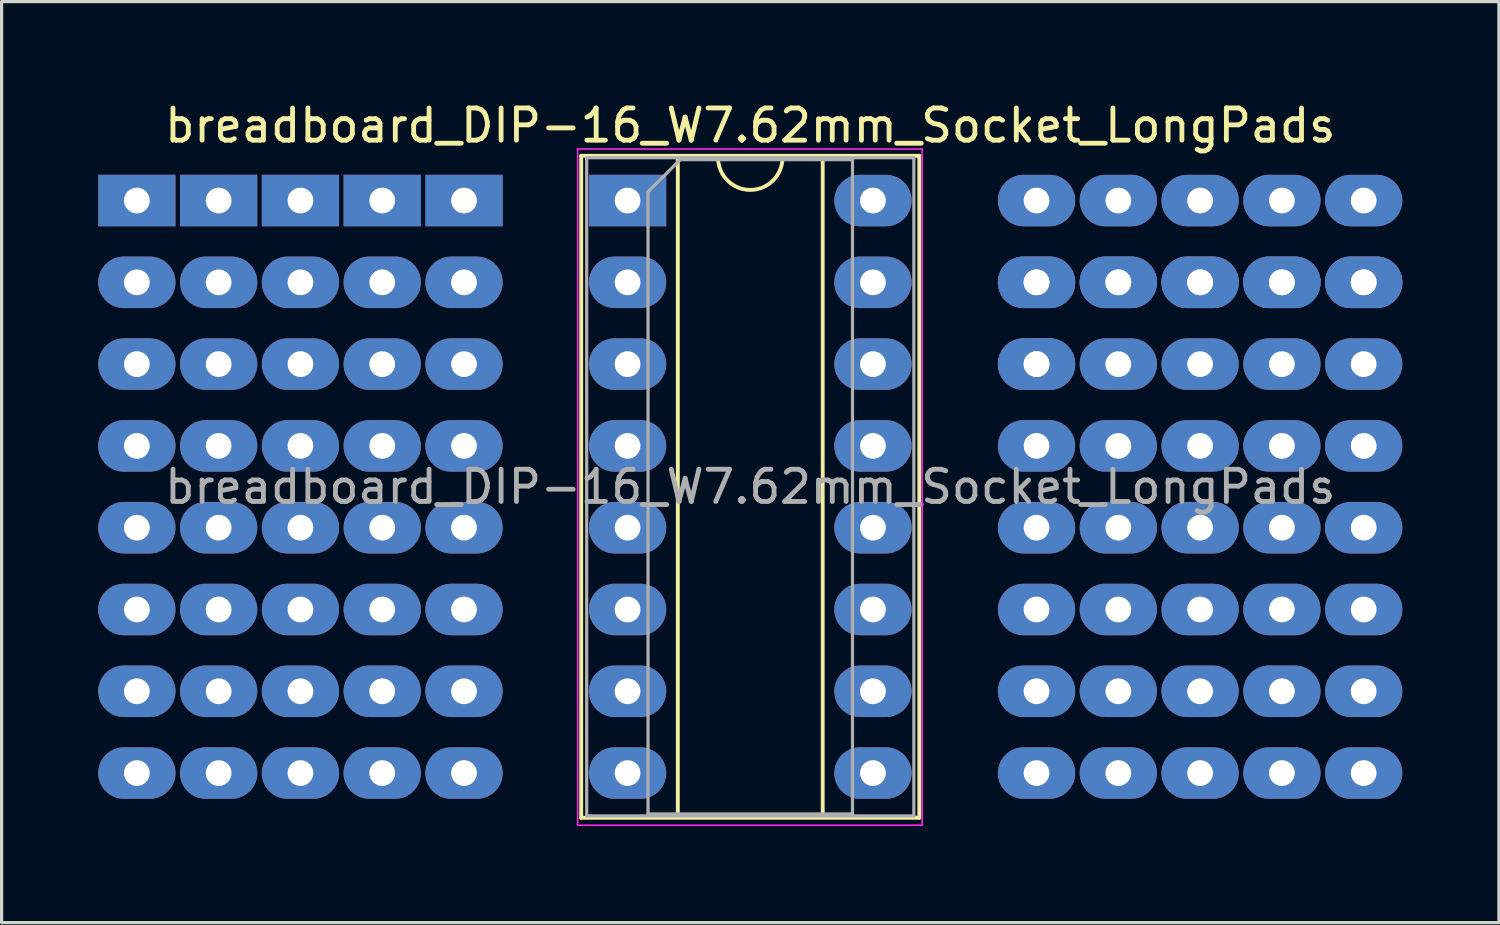
<source format=kicad_pcb>
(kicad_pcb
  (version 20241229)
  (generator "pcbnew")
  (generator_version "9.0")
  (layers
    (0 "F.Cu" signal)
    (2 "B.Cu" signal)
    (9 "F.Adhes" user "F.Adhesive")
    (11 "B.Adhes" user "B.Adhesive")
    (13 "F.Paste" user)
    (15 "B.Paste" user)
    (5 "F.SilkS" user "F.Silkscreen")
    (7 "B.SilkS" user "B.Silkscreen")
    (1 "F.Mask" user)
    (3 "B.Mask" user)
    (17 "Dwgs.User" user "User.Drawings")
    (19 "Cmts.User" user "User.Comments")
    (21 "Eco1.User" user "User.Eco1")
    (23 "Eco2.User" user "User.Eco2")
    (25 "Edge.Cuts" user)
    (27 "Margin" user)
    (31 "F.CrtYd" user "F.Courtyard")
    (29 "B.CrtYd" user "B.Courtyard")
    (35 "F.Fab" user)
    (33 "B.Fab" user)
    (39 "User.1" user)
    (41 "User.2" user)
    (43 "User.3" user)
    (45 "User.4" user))
  (footprint "breadboard_DIP-16_W7.62mm_Socket_LongPads"
    (layer "F.Cu")
    (at 16.44 3.178)
    (property "Reference" "breadboard_DIP-16_W7.62mm_Socket_LongPads" (at 3.81 -2.33 0) (layer "F.SilkS") (effects (font (size 1 1) (thickness 0.15))))
    (attr through_hole)
    (fp_line (start -1.44 -1.39) (end -1.44 19.17) (stroke (width 0.12) (type solid)) (layer "F.SilkS"))
    (fp_line (start -1.44 19.17) (end 9.06 19.17) (stroke (width 0.12) (type solid)) (layer "F.SilkS"))
    (fp_line (start 1.56 -1.33) (end 1.56 19.11) (stroke (width 0.12) (type solid)) (layer "F.SilkS"))
    (fp_line (start 1.56 19.11) (end 6.06 19.11) (stroke (width 0.12) (type solid)) (layer "F.SilkS"))
    (fp_line (start 2.81 -1.33) (end 1.56 -1.33) (stroke (width 0.12) (type solid)) (layer "F.SilkS"))
    (fp_line (start 6.06 -1.33) (end 4.81 -1.33) (stroke (width 0.12) (type solid)) (layer "F.SilkS"))
    (fp_line (start 6.06 19.11) (end 6.06 -1.33) (stroke (width 0.12) (type solid)) (layer "F.SilkS"))
    (fp_line (start 9.06 -1.39) (end -1.44 -1.39) (stroke (width 0.12) (type solid)) (layer "F.SilkS"))
    (fp_line (start 9.06 19.17) (end 9.06 -1.39) (stroke (width 0.12) (type solid)) (layer "F.SilkS"))
    (fp_arc (start 4.81 -1.33) (mid 3.81 -0.33) (end 2.81 -1.33) (stroke (width 0.12) (type solid)) (layer "F.SilkS"))
    (fp_line (start -1.55 -1.6) (end -1.55 19.4) (stroke (width 0.05) (type solid)) (layer "F.CrtYd"))
    (fp_line (start -1.55 19.4) (end 9.15 19.4) (stroke (width 0.05) (type solid)) (layer "F.CrtYd"))
    (fp_line (start 9.15 -1.6) (end -1.55 -1.6) (stroke (width 0.05) (type solid)) (layer "F.CrtYd"))
    (fp_line (start 9.15 19.4) (end 9.15 -1.6) (stroke (width 0.05) (type solid)) (layer "F.CrtYd"))
    (fp_line (start -1.27 -1.33) (end -1.27 19.11) (stroke (width 0.1) (type solid)) (layer "F.Fab"))
    (fp_line (start -1.27 19.11) (end 8.89 19.11) (stroke (width 0.1) (type solid)) (layer "F.Fab"))
    (fp_line (start 0.635 -0.27) (end 1.635 -1.27) (stroke (width 0.1) (type solid)) (layer "F.Fab"))
    (fp_line (start 0.635 19.05) (end 0.635 -0.27) (stroke (width 0.1) (type solid)) (layer "F.Fab"))
    (fp_line (start 1.635 -1.27) (end 6.985 -1.27) (stroke (width 0.1) (type solid)) (layer "F.Fab"))
    (fp_line (start 6.985 -1.27) (end 6.985 19.05) (stroke (width 0.1) (type solid)) (layer "F.Fab"))
    (fp_line (start 6.985 19.05) (end 0.635 19.05) (stroke (width 0.1) (type solid)) (layer "F.Fab"))
    (fp_line (start 8.89 -1.33) (end -1.27 -1.33) (stroke (width 0.1) (type solid)) (layer "F.Fab"))
    (fp_line (start 8.89 19.11) (end 8.89 -1.33) (stroke (width 0.1) (type solid)) (layer "F.Fab"))
    (fp_text user "${REFERENCE}" (at 3.81 8.89 0) (layer "F.Fab") (effects (font (size 1 1) (thickness 0.15))))
    (pad "1" thru_hole rect (at -15.24 0) (size 2.4 1.6) (drill 0.8) (layers "*.Cu" "*.Mask"))
    (pad "1" thru_hole rect (at -12.7 0) (size 2.4 1.6) (drill 0.8) (layers "*.Cu" "*.Mask"))
    (pad "1" thru_hole rect (at -10.16 0) (size 2.4 1.6) (drill 0.8) (layers "*.Cu" "*.Mask"))
    (pad "1" thru_hole rect (at -7.62 0) (size 2.4 1.6) (drill 0.8) (layers "*.Cu" "*.Mask"))
    (pad "1" thru_hole rect (at -5.08 0) (size 2.4 1.6) (drill 0.8) (layers "*.Cu" "*.Mask"))
    (pad "1" thru_hole rect (at 0 0) (size 2.4 1.6) (drill 0.8) (layers "*.Cu" "*.Mask"))
    (pad "2" thru_hole oval (at -15.24 2.54) (size 2.4 1.6) (drill 0.8) (layers "*.Cu" "*.Mask"))
    (pad "2" thru_hole oval (at -12.7 2.54) (size 2.4 1.6) (drill 0.8) (layers "*.Cu" "*.Mask"))
    (pad "2" thru_hole oval (at -10.16 2.54) (size 2.4 1.6) (drill 0.8) (layers "*.Cu" "*.Mask"))
    (pad "2" thru_hole oval (at -7.62 2.54) (size 2.4 1.6) (drill 0.8) (layers "*.Cu" "*.Mask"))
    (pad "2" thru_hole oval (at -5.08 2.54) (size 2.4 1.6) (drill 0.8) (layers "*.Cu" "*.Mask"))
    (pad "2" thru_hole oval (at 0 2.54) (size 2.4 1.6) (drill 0.8) (layers "*.Cu" "*.Mask"))
    (pad "3" thru_hole oval (at -15.24 5.08) (size 2.4 1.6) (drill 0.8) (layers "*.Cu" "*.Mask"))
    (pad "3" thru_hole oval (at -12.7 5.08) (size 2.4 1.6) (drill 0.8) (layers "*.Cu" "*.Mask"))
    (pad "3" thru_hole oval (at -10.16 5.08) (size 2.4 1.6) (drill 0.8) (layers "*.Cu" "*.Mask"))
    (pad "3" thru_hole oval (at -7.62 5.08) (size 2.4 1.6) (drill 0.8) (layers "*.Cu" "*.Mask"))
    (pad "3" thru_hole oval (at -5.08 5.08) (size 2.4 1.6) (drill 0.8) (layers "*.Cu" "*.Mask"))
    (pad "3" thru_hole oval (at 0 5.08) (size 2.4 1.6) (drill 0.8) (layers "*.Cu" "*.Mask"))
    (pad "4" thru_hole oval (at -15.24 7.62) (size 2.4 1.6) (drill 0.8) (layers "*.Cu" "*.Mask"))
    (pad "4" thru_hole oval (at -12.7 7.62) (size 2.4 1.6) (drill 0.8) (layers "*.Cu" "*.Mask"))
    (pad "4" thru_hole oval (at -10.16 7.62) (size 2.4 1.6) (drill 0.8) (layers "*.Cu" "*.Mask"))
    (pad "4" thru_hole oval (at -7.62 7.62) (size 2.4 1.6) (drill 0.8) (layers "*.Cu" "*.Mask"))
    (pad "4" thru_hole oval (at -5.08 7.62) (size 2.4 1.6) (drill 0.8) (layers "*.Cu" "*.Mask"))
    (pad "4" thru_hole oval (at 0 7.62) (size 2.4 1.6) (drill 0.8) (layers "*.Cu" "*.Mask"))
    (pad "5" thru_hole oval (at -15.24 10.16) (size 2.4 1.6) (drill 0.8) (layers "*.Cu" "*.Mask"))
    (pad "5" thru_hole oval (at -12.7 10.16) (size 2.4 1.6) (drill 0.8) (layers "*.Cu" "*.Mask"))
    (pad "5" thru_hole oval (at -10.16 10.16) (size 2.4 1.6) (drill 0.8) (layers "*.Cu" "*.Mask"))
    (pad "5" thru_hole oval (at -7.62 10.16) (size 2.4 1.6) (drill 0.8) (layers "*.Cu" "*.Mask"))
    (pad "5" thru_hole oval (at -5.08 10.16) (size 2.4 1.6) (drill 0.8) (layers "*.Cu" "*.Mask"))
    (pad "5" thru_hole oval (at 0 10.16) (size 2.4 1.6) (drill 0.8) (layers "*.Cu" "*.Mask"))
    (pad "6" thru_hole oval (at -15.24 12.7) (size 2.4 1.6) (drill 0.8) (layers "*.Cu" "*.Mask"))
    (pad "6" thru_hole oval (at -12.7 12.7) (size 2.4 1.6) (drill 0.8) (layers "*.Cu" "*.Mask"))
    (pad "6" thru_hole oval (at -10.16 12.7) (size 2.4 1.6) (drill 0.8) (layers "*.Cu" "*.Mask"))
    (pad "6" thru_hole oval (at -7.62 12.7) (size 2.4 1.6) (drill 0.8) (layers "*.Cu" "*.Mask"))
    (pad "6" thru_hole oval (at -5.08 12.7) (size 2.4 1.6) (drill 0.8) (layers "*.Cu" "*.Mask"))
    (pad "6" thru_hole oval (at 0 12.7) (size 2.4 1.6) (drill 0.8) (layers "*.Cu" "*.Mask"))
    (pad "7" thru_hole oval (at -15.24 15.24) (size 2.4 1.6) (drill 0.8) (layers "*.Cu" "*.Mask"))
    (pad "7" thru_hole oval (at -12.7 15.24) (size 2.4 1.6) (drill 0.8) (layers "*.Cu" "*.Mask"))
    (pad "7" thru_hole oval (at -10.16 15.24) (size 2.4 1.6) (drill 0.8) (layers "*.Cu" "*.Mask"))
    (pad "7" thru_hole oval (at -7.62 15.24) (size 2.4 1.6) (drill 0.8) (layers "*.Cu" "*.Mask"))
    (pad "7" thru_hole oval (at -5.08 15.24) (size 2.4 1.6) (drill 0.8) (layers "*.Cu" "*.Mask"))
    (pad "7" thru_hole oval (at 0 15.24) (size 2.4 1.6) (drill 0.8) (layers "*.Cu" "*.Mask"))
    (pad "8" thru_hole oval (at -15.24 17.78) (size 2.4 1.6) (drill 0.8) (layers "*.Cu" "*.Mask"))
    (pad "8" thru_hole oval (at -12.7 17.78) (size 2.4 1.6) (drill 0.8) (layers "*.Cu" "*.Mask"))
    (pad "8" thru_hole oval (at -10.16 17.78) (size 2.4 1.6) (drill 0.8) (layers "*.Cu" "*.Mask"))
    (pad "8" thru_hole oval (at -7.62 17.78) (size 2.4 1.6) (drill 0.8) (layers "*.Cu" "*.Mask"))
    (pad "8" thru_hole oval (at -5.08 17.78) (size 2.4 1.6) (drill 0.8) (layers "*.Cu" "*.Mask"))
    (pad "8" thru_hole oval (at 0 17.78) (size 2.4 1.6) (drill 0.8) (layers "*.Cu" "*.Mask"))
    (pad "9" thru_hole oval (at 7.62 17.78) (size 2.4 1.6) (drill 0.8) (layers "*.Cu" "*.Mask"))
    (pad "9" thru_hole oval (at 12.7 17.78) (size 2.4 1.6) (drill 0.8) (layers "*.Cu" "*.Mask"))
    (pad "9" thru_hole oval (at 15.24 17.78) (size 2.4 1.6) (drill 0.8) (layers "*.Cu" "*.Mask"))
    (pad "9" thru_hole oval (at 17.78 17.78) (size 2.4 1.6) (drill 0.8) (layers "*.Cu" "*.Mask"))
    (pad "9" thru_hole oval (at 20.32 17.78) (size 2.4 1.6) (drill 0.8) (layers "*.Cu" "*.Mask"))
    (pad "9" thru_hole oval (at 22.86 17.78) (size 2.4 1.6) (drill 0.8) (layers "*.Cu" "*.Mask"))
    (pad "10" thru_hole oval (at 7.62 15.24) (size 2.4 1.6) (drill 0.8) (layers "*.Cu" "*.Mask"))
    (pad "10" thru_hole oval (at 12.7 15.24) (size 2.4 1.6) (drill 0.8) (layers "*.Cu" "*.Mask"))
    (pad "10" thru_hole oval (at 15.24 15.24) (size 2.4 1.6) (drill 0.8) (layers "*.Cu" "*.Mask"))
    (pad "10" thru_hole oval (at 17.78 15.24) (size 2.4 1.6) (drill 0.8) (layers "*.Cu" "*.Mask"))
    (pad "10" thru_hole oval (at 20.32 15.24) (size 2.4 1.6) (drill 0.8) (layers "*.Cu" "*.Mask"))
    (pad "10" thru_hole oval (at 22.86 15.24) (size 2.4 1.6) (drill 0.8) (layers "*.Cu" "*.Mask"))
    (pad "11" thru_hole oval (at 7.62 12.7) (size 2.4 1.6) (drill 0.8) (layers "*.Cu" "*.Mask"))
    (pad "11" thru_hole oval (at 12.7 12.7) (size 2.4 1.6) (drill 0.8) (layers "*.Cu" "*.Mask"))
    (pad "11" thru_hole oval (at 15.24 12.7) (size 2.4 1.6) (drill 0.8) (layers "*.Cu" "*.Mask"))
    (pad "11" thru_hole oval (at 17.78 12.7) (size 2.4 1.6) (drill 0.8) (layers "*.Cu" "*.Mask"))
    (pad "11" thru_hole oval (at 20.32 12.7) (size 2.4 1.6) (drill 0.8) (layers "*.Cu" "*.Mask"))
    (pad "11" thru_hole oval (at 22.86 12.7) (size 2.4 1.6) (drill 0.8) (layers "*.Cu" "*.Mask"))
    (pad "12" thru_hole oval (at 7.62 10.16) (size 2.4 1.6) (drill 0.8) (layers "*.Cu" "*.Mask"))
    (pad "12" thru_hole oval (at 12.7 10.16) (size 2.4 1.6) (drill 0.8) (layers "*.Cu" "*.Mask"))
    (pad "12" thru_hole oval (at 15.24 10.16) (size 2.4 1.6) (drill 0.8) (layers "*.Cu" "*.Mask"))
    (pad "12" thru_hole oval (at 17.78 10.16) (size 2.4 1.6) (drill 0.8) (layers "*.Cu" "*.Mask"))
    (pad "12" thru_hole oval (at 20.32 10.16) (size 2.4 1.6) (drill 0.8) (layers "*.Cu" "*.Mask"))
    (pad "12" thru_hole oval (at 22.86 10.16) (size 2.4 1.6) (drill 0.8) (layers "*.Cu" "*.Mask"))
    (pad "13" thru_hole oval (at 7.62 7.62) (size 2.4 1.6) (drill 0.8) (layers "*.Cu" "*.Mask"))
    (pad "13" thru_hole oval (at 12.7 7.62) (size 2.4 1.6) (drill 0.8) (layers "*.Cu" "*.Mask"))
    (pad "13" thru_hole oval (at 15.24 7.62) (size 2.4 1.6) (drill 0.8) (layers "*.Cu" "*.Mask"))
    (pad "13" thru_hole oval (at 17.78 7.62) (size 2.4 1.6) (drill 0.8) (layers "*.Cu" "*.Mask"))
    (pad "13" thru_hole oval (at 20.32 7.62) (size 2.4 1.6) (drill 0.8) (layers "*.Cu" "*.Mask"))
    (pad "13" thru_hole oval (at 22.86 7.62) (size 2.4 1.6) (drill 0.8) (layers "*.Cu" "*.Mask"))
    (pad "14" thru_hole oval (at 7.62 5.08) (size 2.4 1.6) (drill 0.8) (layers "*.Cu" "*.Mask"))
    (pad "14" thru_hole oval (at 12.7 5.08) (size 2.4 1.6) (drill 0.8) (layers "*.Cu" "*.Mask"))
    (pad "14" thru_hole oval (at 12.7 5.08) (size 2.4 1.6) (drill 0.8) (layers "*.Cu" "*.Mask"))
    (pad "14" thru_hole oval (at 15.24 5.08) (size 2.4 1.6) (drill 0.8) (layers "*.Cu" "*.Mask"))
    (pad "14" thru_hole oval (at 17.78 5.08) (size 2.4 1.6) (drill 0.8) (layers "*.Cu" "*.Mask"))
    (pad "14" thru_hole oval (at 20.32 5.08) (size 2.4 1.6) (drill 0.8) (layers "*.Cu" "*.Mask"))
    (pad "14" thru_hole oval (at 22.86 5.08) (size 2.4 1.6) (drill 0.8) (layers "*.Cu" "*.Mask"))
    (pad "15" thru_hole oval (at 7.62 2.54) (size 2.4 1.6) (drill 0.8) (layers "*.Cu" "*.Mask"))
    (pad "15" thru_hole oval (at 12.7 2.54) (size 2.4 1.6) (drill 0.8) (layers "*.Cu" "*.Mask"))
    (pad "15" thru_hole oval (at 12.7 2.54) (size 2.4 1.6) (drill 0.8) (layers "*.Cu" "*.Mask"))
    (pad "15" thru_hole oval (at 15.24 2.54) (size 2.4 1.6) (drill 0.8) (layers "*.Cu" "*.Mask"))
    (pad "15" thru_hole oval (at 15.24 2.54) (size 2.4 1.6) (drill 0.8) (layers "*.Cu" "*.Mask"))
    (pad "15" thru_hole oval (at 17.78 2.54) (size 2.4 1.6) (drill 0.8) (layers "*.Cu" "*.Mask"))
    (pad "15" thru_hole oval (at 17.78 2.54) (size 2.4 1.6) (drill 0.8) (layers "*.Cu" "*.Mask"))
    (pad "15" thru_hole oval (at 20.32 2.54) (size 2.4 1.6) (drill 0.8) (layers "*.Cu" "*.Mask"))
    (pad "15" thru_hole oval (at 20.32 2.54) (size 2.4 1.6) (drill 0.8) (layers "*.Cu" "*.Mask"))
    (pad "15" thru_hole oval (at 22.86 2.54) (size 2.4 1.6) (drill 0.8) (layers "*.Cu" "*.Mask"))
    (pad "15" thru_hole oval (at 22.86 2.54) (size 2.4 1.6) (drill 0.8) (layers "*.Cu" "*.Mask"))
    (pad "16" thru_hole oval (at 7.62 0) (size 2.4 1.6) (drill 0.8) (layers "*.Cu" "*.Mask"))
    (pad "16" thru_hole oval (at 12.7 0) (size 2.4 1.6) (drill 0.8) (layers "*.Cu" "*.Mask"))
    (pad "16" thru_hole oval (at 15.24 0) (size 2.4 1.6) (drill 0.8) (layers "*.Cu" "*.Mask"))
    (pad "16" thru_hole oval (at 17.78 0) (size 2.4 1.6) (drill 0.8) (layers "*.Cu" "*.Mask"))
    (pad "16" thru_hole oval (at 20.32 0) (size 2.4 1.6) (drill 0.8) (layers "*.Cu" "*.Mask"))
    (pad "16" thru_hole oval (at 22.86 0) (size 2.4 1.6) (drill 0.8) (layers "*.Cu" "*.Mask")))
  (gr_rect
    (start -3 -3)
    (end 43.5 25.603)
    (stroke (width 0.1) (type default))
    (fill no)
    (layer "Edge.Cuts")))
</source>
